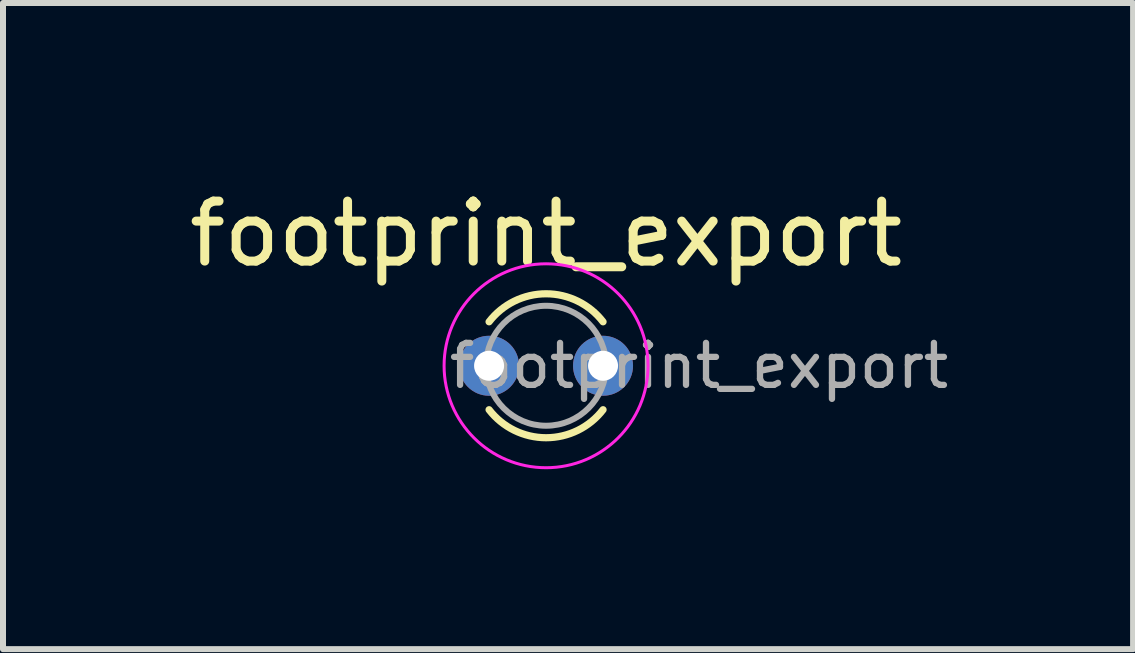
<source format=kicad_pcb>
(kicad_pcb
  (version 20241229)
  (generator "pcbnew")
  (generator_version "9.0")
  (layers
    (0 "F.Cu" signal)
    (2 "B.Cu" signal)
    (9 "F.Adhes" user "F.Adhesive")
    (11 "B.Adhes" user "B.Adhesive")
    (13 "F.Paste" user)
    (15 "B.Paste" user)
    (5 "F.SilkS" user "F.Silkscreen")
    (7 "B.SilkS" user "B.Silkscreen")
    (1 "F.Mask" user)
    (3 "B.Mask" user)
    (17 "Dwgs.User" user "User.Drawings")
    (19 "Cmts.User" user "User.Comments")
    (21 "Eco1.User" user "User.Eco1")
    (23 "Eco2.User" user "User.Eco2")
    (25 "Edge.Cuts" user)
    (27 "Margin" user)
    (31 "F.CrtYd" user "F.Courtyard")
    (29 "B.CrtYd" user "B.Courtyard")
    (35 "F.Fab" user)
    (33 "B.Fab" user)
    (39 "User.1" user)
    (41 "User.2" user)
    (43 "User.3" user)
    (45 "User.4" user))
  (footprint "footprint_export"
    (layer "F.Cu")
    (at 5.104 3.048)
    (property "Reference" "footprint_export" (at 0.95 -2.2 0) (layer "F.SilkS") (effects (font (size 1 1) (thickness 0.15))))
    (attr through_hole)
    (fp_arc (start 0 -0.733144) (mid 0.950178 -1.2) (end 1.900217 -0.732863) (stroke (width 0.12) (type solid)) (layer "F.SilkS"))
    (fp_arc (start 1.900217 0.732863) (mid 0.950178 1.2) (end 0 0.733144) (stroke (width 0.12) (type solid)) (layer "F.SilkS"))
    (fp_circle (center 0.95 0) (end 2.65 0) (stroke (width 0.05) (type solid)) (fill no) (layer "F.CrtYd"))
    (fp_circle (center 0.95 0) (end 1.95 0) (stroke (width 0.1) (type solid)) (fill no) (layer "F.Fab"))
    (fp_text user "${REFERENCE}" (at 3.5 0 0) (layer "F.Fab") (effects (font (size 0.7 0.7) (thickness 0.105))))
    (pad "1" thru_hole circle (at 0 0) (size 1 1) (drill 0.5) (layers "*.Cu" "*.Mask"))
    (pad "2" thru_hole circle (at 1.9 0) (size 1 1) (drill 0.5) (layers "*.Cu" "*.Mask")))
  (gr_rect
    (start -3 -3)
    (end 15.841 7.773)
    (stroke (width 0.1) (type default))
    (fill no)
    (layer "Edge.Cuts")))
</source>
